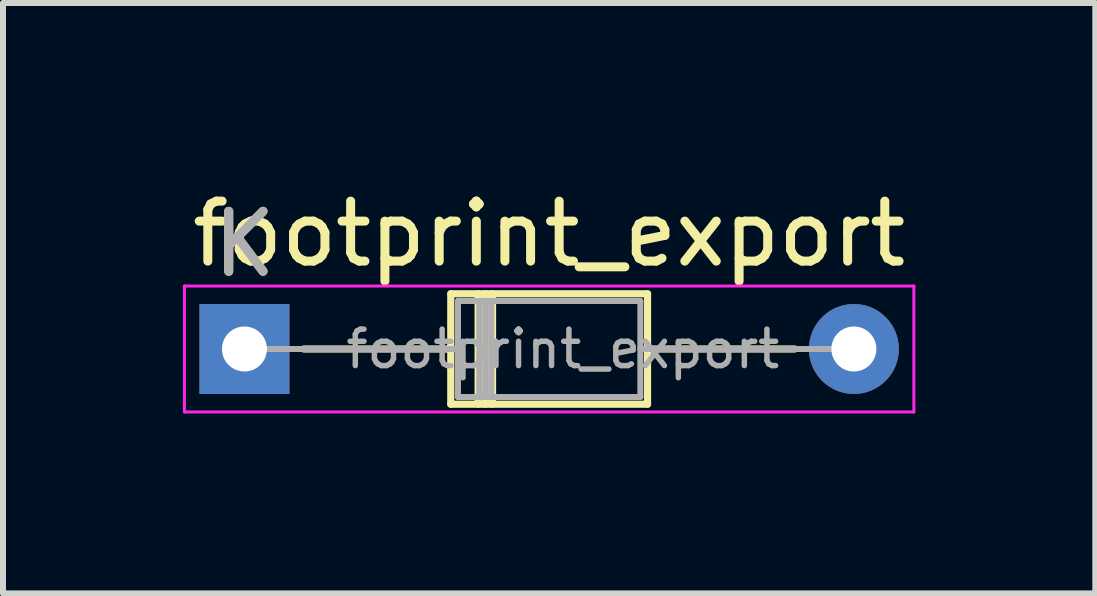
<source format=kicad_pcb>
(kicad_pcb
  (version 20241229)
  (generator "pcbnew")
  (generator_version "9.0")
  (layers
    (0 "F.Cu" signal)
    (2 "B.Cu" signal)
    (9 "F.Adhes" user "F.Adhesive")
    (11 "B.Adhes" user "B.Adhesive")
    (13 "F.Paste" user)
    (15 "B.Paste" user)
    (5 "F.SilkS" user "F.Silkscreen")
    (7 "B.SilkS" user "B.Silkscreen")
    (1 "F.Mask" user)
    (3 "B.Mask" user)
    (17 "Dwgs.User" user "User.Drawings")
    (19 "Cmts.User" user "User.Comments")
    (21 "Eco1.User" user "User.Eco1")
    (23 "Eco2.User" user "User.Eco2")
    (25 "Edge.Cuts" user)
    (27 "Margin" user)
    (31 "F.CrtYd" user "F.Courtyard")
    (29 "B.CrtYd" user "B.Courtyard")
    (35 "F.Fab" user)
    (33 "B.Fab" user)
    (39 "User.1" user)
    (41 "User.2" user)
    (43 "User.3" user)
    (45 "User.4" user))
  (footprint "footprint_export"
    (layer "F.Cu")
    (at 1.025 2.768)
    (property "Reference" "footprint_export" (at 5.08 -1.92 0) (layer "F.SilkS") (effects (font (size 1 1) (thickness 0.15))))
    (attr through_hole)
    (fp_line (start 0.99 0) (end 3.44 0) (stroke (width 0.12) (type solid)) (layer "F.SilkS"))
    (fp_line (start 3.44 -0.92) (end 3.44 0.92) (stroke (width 0.12) (type solid)) (layer "F.SilkS"))
    (fp_line (start 3.44 0.92) (end 6.72 0.92) (stroke (width 0.12) (type solid)) (layer "F.SilkS"))
    (fp_line (start 3.896 -0.92) (end 3.896 0.92) (stroke (width 0.12) (type solid)) (layer "F.SilkS"))
    (fp_line (start 4.016 -0.92) (end 4.016 0.92) (stroke (width 0.12) (type solid)) (layer "F.SilkS"))
    (fp_line (start 4.136 -0.92) (end 4.136 0.92) (stroke (width 0.12) (type solid)) (layer "F.SilkS"))
    (fp_line (start 6.72 -0.92) (end 3.44 -0.92) (stroke (width 0.12) (type solid)) (layer "F.SilkS"))
    (fp_line (start 6.72 0.92) (end 6.72 -0.92) (stroke (width 0.12) (type solid)) (layer "F.SilkS"))
    (fp_line (start 9.17 0) (end 6.72 0) (stroke (width 0.12) (type solid)) (layer "F.SilkS"))
    (fp_line (start -1 -1.05) (end -1 1.05) (stroke (width 0.05) (type solid)) (layer "F.CrtYd"))
    (fp_line (start -1 1.05) (end 11.16 1.05) (stroke (width 0.05) (type solid)) (layer "F.CrtYd"))
    (fp_line (start 11.16 -1.05) (end -1 -1.05) (stroke (width 0.05) (type solid)) (layer "F.CrtYd"))
    (fp_line (start 11.16 1.05) (end 11.16 -1.05) (stroke (width 0.05) (type solid)) (layer "F.CrtYd"))
    (fp_line (start 0 0) (end 3.56 0) (stroke (width 0.1) (type solid)) (layer "F.Fab"))
    (fp_line (start 3.56 -0.8) (end 3.56 0.8) (stroke (width 0.1) (type solid)) (layer "F.Fab"))
    (fp_line (start 3.56 0.8) (end 6.6 0.8) (stroke (width 0.1) (type solid)) (layer "F.Fab"))
    (fp_line (start 3.916 -0.8) (end 3.916 0.8) (stroke (width 0.1) (type solid)) (layer "F.Fab"))
    (fp_line (start 4.016 -0.8) (end 4.016 0.8) (stroke (width 0.1) (type solid)) (layer "F.Fab"))
    (fp_line (start 4.116 -0.8) (end 4.116 0.8) (stroke (width 0.1) (type solid)) (layer "F.Fab"))
    (fp_line (start 6.6 -0.8) (end 3.56 -0.8) (stroke (width 0.1) (type solid)) (layer "F.Fab"))
    (fp_line (start 6.6 0.8) (end 6.6 -0.8) (stroke (width 0.1) (type solid)) (layer "F.Fab"))
    (fp_line (start 10.16 0) (end 6.6 0) (stroke (width 0.1) (type solid)) (layer "F.Fab"))
    (fp_text user "K" (at 0 -1.75 0) (layer "F.SilkS") (effects (font (size 1 1) (thickness 0.15))))
    (fp_text user "${REFERENCE}" (at 5.308 0 0) (layer "F.Fab") (effects (font (size 0.608 0.608) (thickness 0.091))))
    (fp_text user "K" (at 0 -1.75 0) (layer "F.Fab") (effects (font (size 1 1) (thickness 0.15))))
    (pad "1" thru_hole rect (at 0 0) (size 1.5 1.5) (drill 0.75) (layers "*.Cu" "*.Mask"))
    (pad "2" thru_hole oval (at 10.16 0) (size 1.5 1.5) (drill 0.75) (layers "*.Cu" "*.Mask")))
  (gr_rect
    (start -3 -3)
    (end 15.21 6.843)
    (stroke (width 0.1) (type default))
    (fill no)
    (layer "Edge.Cuts")))
</source>
